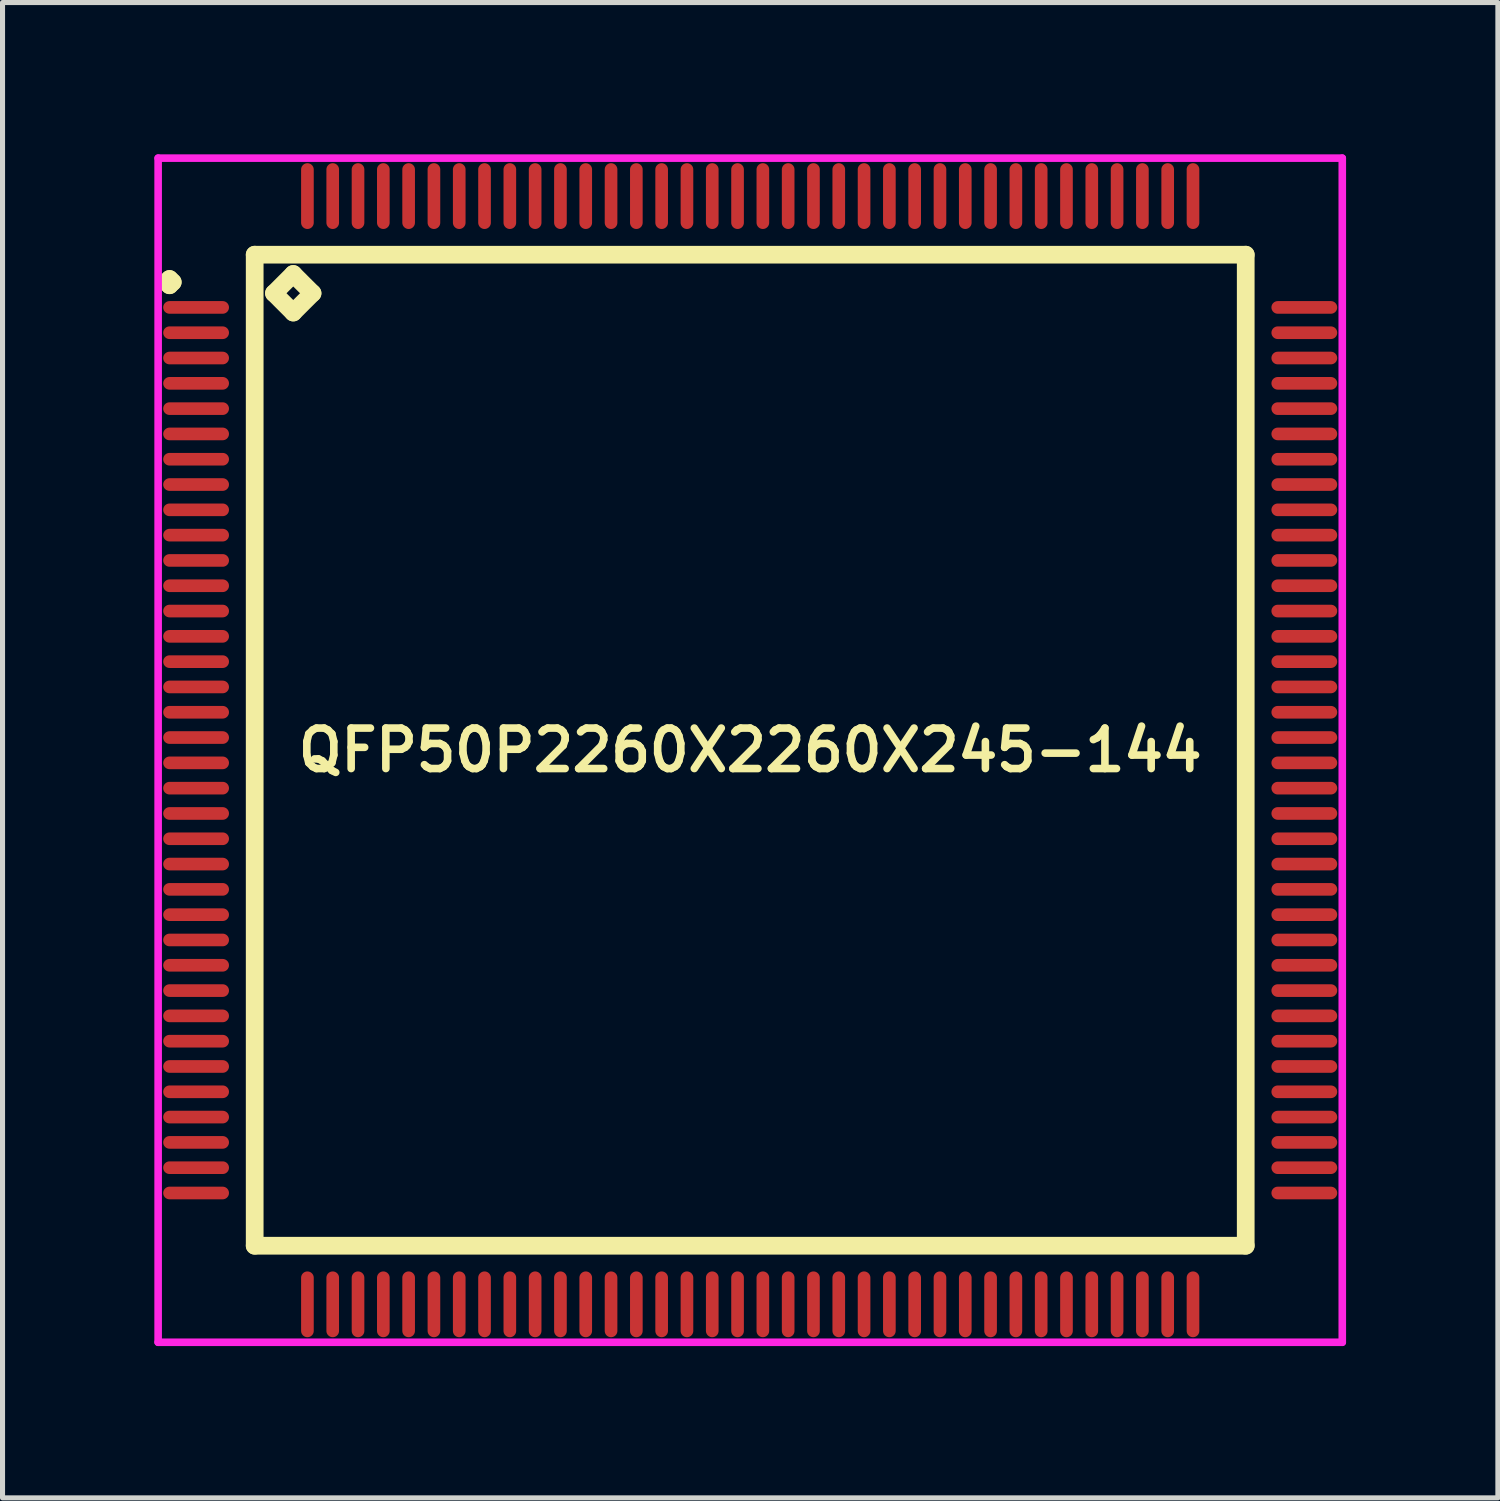
<source format=kicad_pcb>
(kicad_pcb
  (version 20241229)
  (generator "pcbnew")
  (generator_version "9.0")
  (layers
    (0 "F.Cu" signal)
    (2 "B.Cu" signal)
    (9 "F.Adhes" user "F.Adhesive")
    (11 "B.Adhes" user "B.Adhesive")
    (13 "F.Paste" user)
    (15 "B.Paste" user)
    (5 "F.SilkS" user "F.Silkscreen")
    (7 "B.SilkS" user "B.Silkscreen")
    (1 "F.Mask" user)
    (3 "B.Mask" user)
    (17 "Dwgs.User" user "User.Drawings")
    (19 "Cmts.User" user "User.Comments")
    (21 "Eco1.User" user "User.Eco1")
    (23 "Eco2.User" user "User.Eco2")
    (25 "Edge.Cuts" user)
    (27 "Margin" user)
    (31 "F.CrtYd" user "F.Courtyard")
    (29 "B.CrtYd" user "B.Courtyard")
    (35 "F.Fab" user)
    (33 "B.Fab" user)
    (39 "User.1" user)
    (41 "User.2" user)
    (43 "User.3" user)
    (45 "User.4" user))
  (footprint "QFP50P2260X2260X245-144"
    (layer "F.Cu")
    (at 11.775 11.775)
    (property "Reference" "QFP50P2260X2260X245-144" (at 0 0 0) (layer "F.SilkS") (effects (font (size 0.8 0.8) (thickness 0.15))))
    (attr through_hole)
    (fp_line (start -11.537 -9.25) (end -11.475 -9.312) (stroke (width 0.35) (type solid)) (layer "F.SilkS"))
    (fp_line (start -11.475 -9.312) (end -11.412 -9.25) (stroke (width 0.35) (type solid)) (layer "F.SilkS"))
    (fp_line (start -11.475 -9.188) (end -11.537 -9.25) (stroke (width 0.35) (type solid)) (layer "F.SilkS"))
    (fp_line (start -11.412 -9.25) (end -11.475 -9.188) (stroke (width 0.35) (type solid)) (layer "F.SilkS"))
    (fp_line (start -9.792 -9.792) (end -9.792 9.792) (stroke (width 0.35) (type solid)) (layer "F.SilkS"))
    (fp_line (start -9.792 9.792) (end 9.792 9.792) (stroke (width 0.35) (type solid)) (layer "F.SilkS"))
    (fp_line (start -9.411 -9.03) (end -9.03 -9.411) (stroke (width 0.35) (type solid)) (layer "F.SilkS"))
    (fp_line (start -9.03 -9.411) (end -8.649 -9.03) (stroke (width 0.35) (type solid)) (layer "F.SilkS"))
    (fp_line (start -9.03 -8.649) (end -9.411 -9.03) (stroke (width 0.35) (type solid)) (layer "F.SilkS"))
    (fp_line (start -8.649 -9.03) (end -9.03 -8.649) (stroke (width 0.35) (type solid)) (layer "F.SilkS"))
    (fp_line (start 9.792 -9.792) (end -9.792 -9.792) (stroke (width 0.35) (type solid)) (layer "F.SilkS"))
    (fp_line (start 9.792 9.792) (end 9.792 -9.792) (stroke (width 0.35) (type solid)) (layer "F.SilkS"))
    (fp_line (start -11.7 -11.7) (end 11.7 -11.7) (stroke (width 0.15) (type solid)) (layer "F.CrtYd"))
    (fp_line (start -11.7 11.7) (end -11.7 -11.7) (stroke (width 0.15) (type solid)) (layer "F.CrtYd"))
    (fp_line (start 11.7 -11.7) (end 11.7 11.7) (stroke (width 0.15) (type solid)) (layer "F.CrtYd"))
    (fp_line (start 11.7 11.7) (end -11.7 11.7) (stroke (width 0.15) (type solid)) (layer "F.CrtYd"))
    (pad "1" smd oval (at -10.95 -8.75) (size 1.3 0.25) (layers "F.Cu" "F.Mask" "F.Paste"))
    (pad "2" smd oval (at -10.95 -8.25) (size 1.3 0.25) (layers "F.Cu" "F.Mask" "F.Paste"))
    (pad "3" smd oval (at -10.95 -7.75) (size 1.3 0.25) (layers "F.Cu" "F.Mask" "F.Paste"))
    (pad "4" smd oval (at -10.95 -7.25) (size 1.3 0.25) (layers "F.Cu" "F.Mask" "F.Paste"))
    (pad "5" smd oval (at -10.95 -6.75) (size 1.3 0.25) (layers "F.Cu" "F.Mask" "F.Paste"))
    (pad "6" smd oval (at -10.95 -6.25) (size 1.3 0.25) (layers "F.Cu" "F.Mask" "F.Paste"))
    (pad "7" smd oval (at -10.95 -5.75) (size 1.3 0.25) (layers "F.Cu" "F.Mask" "F.Paste"))
    (pad "8" smd oval (at -10.95 -5.25) (size 1.3 0.25) (layers "F.Cu" "F.Mask" "F.Paste"))
    (pad "9" smd oval (at -10.95 -4.75) (size 1.3 0.25) (layers "F.Cu" "F.Mask" "F.Paste"))
    (pad "10" smd oval (at -10.95 -4.25) (size 1.3 0.25) (layers "F.Cu" "F.Mask" "F.Paste"))
    (pad "11" smd oval (at -10.95 -3.75) (size 1.3 0.25) (layers "F.Cu" "F.Mask" "F.Paste"))
    (pad "12" smd oval (at -10.95 -3.25) (size 1.3 0.25) (layers "F.Cu" "F.Mask" "F.Paste"))
    (pad "13" smd oval (at -10.95 -2.75) (size 1.3 0.25) (layers "F.Cu" "F.Mask" "F.Paste"))
    (pad "14" smd oval (at -10.95 -2.25) (size 1.3 0.25) (layers "F.Cu" "F.Mask" "F.Paste"))
    (pad "15" smd oval (at -10.95 -1.75) (size 1.3 0.25) (layers "F.Cu" "F.Mask" "F.Paste"))
    (pad "16" smd oval (at -10.95 -1.25) (size 1.3 0.25) (layers "F.Cu" "F.Mask" "F.Paste"))
    (pad "17" smd oval (at -10.95 -0.75) (size 1.3 0.25) (layers "F.Cu" "F.Mask" "F.Paste"))
    (pad "18" smd oval (at -10.95 -0.25) (size 1.3 0.25) (layers "F.Cu" "F.Mask" "F.Paste"))
    (pad "19" smd oval (at -10.95 0.25) (size 1.3 0.25) (layers "F.Cu" "F.Mask" "F.Paste"))
    (pad "20" smd oval (at -10.95 0.75) (size 1.3 0.25) (layers "F.Cu" "F.Mask" "F.Paste"))
    (pad "21" smd oval (at -10.95 1.25) (size 1.3 0.25) (layers "F.Cu" "F.Mask" "F.Paste"))
    (pad "22" smd oval (at -10.95 1.75) (size 1.3 0.25) (layers "F.Cu" "F.Mask" "F.Paste"))
    (pad "23" smd oval (at -10.95 2.25) (size 1.3 0.25) (layers "F.Cu" "F.Mask" "F.Paste"))
    (pad "24" smd oval (at -10.95 2.75) (size 1.3 0.25) (layers "F.Cu" "F.Mask" "F.Paste"))
    (pad "25" smd oval (at -10.95 3.25) (size 1.3 0.25) (layers "F.Cu" "F.Mask" "F.Paste"))
    (pad "26" smd oval (at -10.95 3.75) (size 1.3 0.25) (layers "F.Cu" "F.Mask" "F.Paste"))
    (pad "27" smd oval (at -10.95 4.25) (size 1.3 0.25) (layers "F.Cu" "F.Mask" "F.Paste"))
    (pad "28" smd oval (at -10.95 4.75) (size 1.3 0.25) (layers "F.Cu" "F.Mask" "F.Paste"))
    (pad "29" smd oval (at -10.95 5.25) (size 1.3 0.25) (layers "F.Cu" "F.Mask" "F.Paste"))
    (pad "30" smd oval (at -10.95 5.75) (size 1.3 0.25) (layers "F.Cu" "F.Mask" "F.Paste"))
    (pad "31" smd oval (at -10.95 6.25) (size 1.3 0.25) (layers "F.Cu" "F.Mask" "F.Paste"))
    (pad "32" smd oval (at -10.95 6.75) (size 1.3 0.25) (layers "F.Cu" "F.Mask" "F.Paste"))
    (pad "33" smd oval (at -10.95 7.25) (size 1.3 0.25) (layers "F.Cu" "F.Mask" "F.Paste"))
    (pad "34" smd oval (at -10.95 7.75) (size 1.3 0.25) (layers "F.Cu" "F.Mask" "F.Paste"))
    (pad "35" smd oval (at -10.95 8.25) (size 1.3 0.25) (layers "F.Cu" "F.Mask" "F.Paste"))
    (pad "36" smd oval (at -10.95 8.75) (size 1.3 0.25) (layers "F.Cu" "F.Mask" "F.Paste"))
    (pad "37" smd oval (at -8.75 10.95) (size 0.25 1.3) (layers "F.Cu" "F.Mask" "F.Paste"))
    (pad "38" smd oval (at -8.25 10.95) (size 0.25 1.3) (layers "F.Cu" "F.Mask" "F.Paste"))
    (pad "39" smd oval (at -7.75 10.95) (size 0.25 1.3) (layers "F.Cu" "F.Mask" "F.Paste"))
    (pad "40" smd oval (at -7.25 10.95) (size 0.25 1.3) (layers "F.Cu" "F.Mask" "F.Paste"))
    (pad "41" smd oval (at -6.75 10.95) (size 0.25 1.3) (layers "F.Cu" "F.Mask" "F.Paste"))
    (pad "42" smd oval (at -6.25 10.95) (size 0.25 1.3) (layers "F.Cu" "F.Mask" "F.Paste"))
    (pad "43" smd oval (at -5.75 10.95) (size 0.25 1.3) (layers "F.Cu" "F.Mask" "F.Paste"))
    (pad "44" smd oval (at -5.25 10.95) (size 0.25 1.3) (layers "F.Cu" "F.Mask" "F.Paste"))
    (pad "45" smd oval (at -4.75 10.95) (size 0.25 1.3) (layers "F.Cu" "F.Mask" "F.Paste"))
    (pad "46" smd oval (at -4.25 10.95) (size 0.25 1.3) (layers "F.Cu" "F.Mask" "F.Paste"))
    (pad "47" smd oval (at -3.75 10.95) (size 0.25 1.3) (layers "F.Cu" "F.Mask" "F.Paste"))
    (pad "48" smd oval (at -3.25 10.95) (size 0.25 1.3) (layers "F.Cu" "F.Mask" "F.Paste"))
    (pad "49" smd oval (at -2.75 10.95) (size 0.25 1.3) (layers "F.Cu" "F.Mask" "F.Paste"))
    (pad "50" smd oval (at -2.25 10.95) (size 0.25 1.3) (layers "F.Cu" "F.Mask" "F.Paste"))
    (pad "51" smd oval (at -1.75 10.95) (size 0.25 1.3) (layers "F.Cu" "F.Mask" "F.Paste"))
    (pad "52" smd oval (at -1.25 10.95) (size 0.25 1.3) (layers "F.Cu" "F.Mask" "F.Paste"))
    (pad "53" smd oval (at -0.75 10.95) (size 0.25 1.3) (layers "F.Cu" "F.Mask" "F.Paste"))
    (pad "54" smd oval (at -0.25 10.95) (size 0.25 1.3) (layers "F.Cu" "F.Mask" "F.Paste"))
    (pad "55" smd oval (at 0.25 10.95) (size 0.25 1.3) (layers "F.Cu" "F.Mask" "F.Paste"))
    (pad "56" smd oval (at 0.75 10.95) (size 0.25 1.3) (layers "F.Cu" "F.Mask" "F.Paste"))
    (pad "57" smd oval (at 1.25 10.95) (size 0.25 1.3) (layers "F.Cu" "F.Mask" "F.Paste"))
    (pad "58" smd oval (at 1.75 10.95) (size 0.25 1.3) (layers "F.Cu" "F.Mask" "F.Paste"))
    (pad "59" smd oval (at 2.25 10.95) (size 0.25 1.3) (layers "F.Cu" "F.Mask" "F.Paste"))
    (pad "60" smd oval (at 2.75 10.95) (size 0.25 1.3) (layers "F.Cu" "F.Mask" "F.Paste"))
    (pad "61" smd oval (at 3.25 10.95) (size 0.25 1.3) (layers "F.Cu" "F.Mask" "F.Paste"))
    (pad "62" smd oval (at 3.75 10.95) (size 0.25 1.3) (layers "F.Cu" "F.Mask" "F.Paste"))
    (pad "63" smd oval (at 4.25 10.95) (size 0.25 1.3) (layers "F.Cu" "F.Mask" "F.Paste"))
    (pad "64" smd oval (at 4.75 10.95) (size 0.25 1.3) (layers "F.Cu" "F.Mask" "F.Paste"))
    (pad "65" smd oval (at 5.25 10.95) (size 0.25 1.3) (layers "F.Cu" "F.Mask" "F.Paste"))
    (pad "66" smd oval (at 5.75 10.95) (size 0.25 1.3) (layers "F.Cu" "F.Mask" "F.Paste"))
    (pad "67" smd oval (at 6.25 10.95) (size 0.25 1.3) (layers "F.Cu" "F.Mask" "F.Paste"))
    (pad "68" smd oval (at 6.75 10.95) (size 0.25 1.3) (layers "F.Cu" "F.Mask" "F.Paste"))
    (pad "69" smd oval (at 7.25 10.95) (size 0.25 1.3) (layers "F.Cu" "F.Mask" "F.Paste"))
    (pad "70" smd oval (at 7.75 10.95) (size 0.25 1.3) (layers "F.Cu" "F.Mask" "F.Paste"))
    (pad "71" smd oval (at 8.25 10.95) (size 0.25 1.3) (layers "F.Cu" "F.Mask" "F.Paste"))
    (pad "72" smd oval (at 8.75 10.95) (size 0.25 1.3) (layers "F.Cu" "F.Mask" "F.Paste"))
    (pad "73" smd oval (at 10.95 8.75) (size 1.3 0.25) (layers "F.Cu" "F.Mask" "F.Paste"))
    (pad "74" smd oval (at 10.95 8.25) (size 1.3 0.25) (layers "F.Cu" "F.Mask" "F.Paste"))
    (pad "75" smd oval (at 10.95 7.75) (size 1.3 0.25) (layers "F.Cu" "F.Mask" "F.Paste"))
    (pad "76" smd oval (at 10.95 7.25) (size 1.3 0.25) (layers "F.Cu" "F.Mask" "F.Paste"))
    (pad "77" smd oval (at 10.95 6.75) (size 1.3 0.25) (layers "F.Cu" "F.Mask" "F.Paste"))
    (pad "78" smd oval (at 10.95 6.25) (size 1.3 0.25) (layers "F.Cu" "F.Mask" "F.Paste"))
    (pad "79" smd oval (at 10.95 5.75) (size 1.3 0.25) (layers "F.Cu" "F.Mask" "F.Paste"))
    (pad "80" smd oval (at 10.95 5.25) (size 1.3 0.25) (layers "F.Cu" "F.Mask" "F.Paste"))
    (pad "81" smd oval (at 10.95 4.75) (size 1.3 0.25) (layers "F.Cu" "F.Mask" "F.Paste"))
    (pad "82" smd oval (at 10.95 4.25) (size 1.3 0.25) (layers "F.Cu" "F.Mask" "F.Paste"))
    (pad "83" smd oval (at 10.95 3.75) (size 1.3 0.25) (layers "F.Cu" "F.Mask" "F.Paste"))
    (pad "84" smd oval (at 10.95 3.25) (size 1.3 0.25) (layers "F.Cu" "F.Mask" "F.Paste"))
    (pad "85" smd oval (at 10.95 2.75) (size 1.3 0.25) (layers "F.Cu" "F.Mask" "F.Paste"))
    (pad "86" smd oval (at 10.95 2.25) (size 1.3 0.25) (layers "F.Cu" "F.Mask" "F.Paste"))
    (pad "87" smd oval (at 10.95 1.75) (size 1.3 0.25) (layers "F.Cu" "F.Mask" "F.Paste"))
    (pad "88" smd oval (at 10.95 1.25) (size 1.3 0.25) (layers "F.Cu" "F.Mask" "F.Paste"))
    (pad "89" smd oval (at 10.95 0.75) (size 1.3 0.25) (layers "F.Cu" "F.Mask" "F.Paste"))
    (pad "90" smd oval (at 10.95 0.25) (size 1.3 0.25) (layers "F.Cu" "F.Mask" "F.Paste"))
    (pad "91" smd oval (at 10.95 -0.25) (size 1.3 0.25) (layers "F.Cu" "F.Mask" "F.Paste"))
    (pad "92" smd oval (at 10.95 -0.75) (size 1.3 0.25) (layers "F.Cu" "F.Mask" "F.Paste"))
    (pad "93" smd oval (at 10.95 -1.25) (size 1.3 0.25) (layers "F.Cu" "F.Mask" "F.Paste"))
    (pad "94" smd oval (at 10.95 -1.75) (size 1.3 0.25) (layers "F.Cu" "F.Mask" "F.Paste"))
    (pad "95" smd oval (at 10.95 -2.25) (size 1.3 0.25) (layers "F.Cu" "F.Mask" "F.Paste"))
    (pad "96" smd oval (at 10.95 -2.75) (size 1.3 0.25) (layers "F.Cu" "F.Mask" "F.Paste"))
    (pad "97" smd oval (at 10.95 -3.25) (size 1.3 0.25) (layers "F.Cu" "F.Mask" "F.Paste"))
    (pad "98" smd oval (at 10.95 -3.75) (size 1.3 0.25) (layers "F.Cu" "F.Mask" "F.Paste"))
    (pad "99" smd oval (at 10.95 -4.25) (size 1.3 0.25) (layers "F.Cu" "F.Mask" "F.Paste"))
    (pad "100" smd oval (at 10.95 -4.75) (size 1.3 0.25) (layers "F.Cu" "F.Mask" "F.Paste"))
    (pad "101" smd oval (at 10.95 -5.25) (size 1.3 0.25) (layers "F.Cu" "F.Mask" "F.Paste"))
    (pad "102" smd oval (at 10.95 -5.75) (size 1.3 0.25) (layers "F.Cu" "F.Mask" "F.Paste"))
    (pad "103" smd oval (at 10.95 -6.25) (size 1.3 0.25) (layers "F.Cu" "F.Mask" "F.Paste"))
    (pad "104" smd oval (at 10.95 -6.75) (size 1.3 0.25) (layers "F.Cu" "F.Mask" "F.Paste"))
    (pad "105" smd oval (at 10.95 -7.25) (size 1.3 0.25) (layers "F.Cu" "F.Mask" "F.Paste"))
    (pad "106" smd oval (at 10.95 -7.75) (size 1.3 0.25) (layers "F.Cu" "F.Mask" "F.Paste"))
    (pad "107" smd oval (at 10.95 -8.25) (size 1.3 0.25) (layers "F.Cu" "F.Mask" "F.Paste"))
    (pad "108" smd oval (at 10.95 -8.75) (size 1.3 0.25) (layers "F.Cu" "F.Mask" "F.Paste"))
    (pad "109" smd oval (at 8.75 -10.95) (size 0.25 1.3) (layers "F.Cu" "F.Mask" "F.Paste"))
    (pad "110" smd oval (at 8.25 -10.95) (size 0.25 1.3) (layers "F.Cu" "F.Mask" "F.Paste"))
    (pad "111" smd oval (at 7.75 -10.95) (size 0.25 1.3) (layers "F.Cu" "F.Mask" "F.Paste"))
    (pad "112" smd oval (at 7.25 -10.95) (size 0.25 1.3) (layers "F.Cu" "F.Mask" "F.Paste"))
    (pad "113" smd oval (at 6.75 -10.95) (size 0.25 1.3) (layers "F.Cu" "F.Mask" "F.Paste"))
    (pad "114" smd oval (at 6.25 -10.95) (size 0.25 1.3) (layers "F.Cu" "F.Mask" "F.Paste"))
    (pad "115" smd oval (at 5.75 -10.95) (size 0.25 1.3) (layers "F.Cu" "F.Mask" "F.Paste"))
    (pad "116" smd oval (at 5.25 -10.95) (size 0.25 1.3) (layers "F.Cu" "F.Mask" "F.Paste"))
    (pad "117" smd oval (at 4.75 -10.95) (size 0.25 1.3) (layers "F.Cu" "F.Mask" "F.Paste"))
    (pad "118" smd oval (at 4.25 -10.95) (size 0.25 1.3) (layers "F.Cu" "F.Mask" "F.Paste"))
    (pad "119" smd oval (at 3.75 -10.95) (size 0.25 1.3) (layers "F.Cu" "F.Mask" "F.Paste"))
    (pad "120" smd oval (at 3.25 -10.95) (size 0.25 1.3) (layers "F.Cu" "F.Mask" "F.Paste"))
    (pad "121" smd oval (at 2.75 -10.95) (size 0.25 1.3) (layers "F.Cu" "F.Mask" "F.Paste"))
    (pad "122" smd oval (at 2.25 -10.95) (size 0.25 1.3) (layers "F.Cu" "F.Mask" "F.Paste"))
    (pad "123" smd oval (at 1.75 -10.95) (size 0.25 1.3) (layers "F.Cu" "F.Mask" "F.Paste"))
    (pad "124" smd oval (at 1.25 -10.95) (size 0.25 1.3) (layers "F.Cu" "F.Mask" "F.Paste"))
    (pad "125" smd oval (at 0.75 -10.95) (size 0.25 1.3) (layers "F.Cu" "F.Mask" "F.Paste"))
    (pad "126" smd oval (at 0.25 -10.95) (size 0.25 1.3) (layers "F.Cu" "F.Mask" "F.Paste"))
    (pad "127" smd oval (at -0.25 -10.95) (size 0.25 1.3) (layers "F.Cu" "F.Mask" "F.Paste"))
    (pad "128" smd oval (at -0.75 -10.95) (size 0.25 1.3) (layers "F.Cu" "F.Mask" "F.Paste"))
    (pad "129" smd oval (at -1.25 -10.95) (size 0.25 1.3) (layers "F.Cu" "F.Mask" "F.Paste"))
    (pad "130" smd oval (at -1.75 -10.95) (size 0.25 1.3) (layers "F.Cu" "F.Mask" "F.Paste"))
    (pad "131" smd oval (at -2.25 -10.95) (size 0.25 1.3) (layers "F.Cu" "F.Mask" "F.Paste"))
    (pad "132" smd oval (at -2.75 -10.95) (size 0.25 1.3) (layers "F.Cu" "F.Mask" "F.Paste"))
    (pad "133" smd oval (at -3.25 -10.95) (size 0.25 1.3) (layers "F.Cu" "F.Mask" "F.Paste"))
    (pad "134" smd oval (at -3.75 -10.95) (size 0.25 1.3) (layers "F.Cu" "F.Mask" "F.Paste"))
    (pad "135" smd oval (at -4.25 -10.95) (size 0.25 1.3) (layers "F.Cu" "F.Mask" "F.Paste"))
    (pad "136" smd oval (at -4.75 -10.95) (size 0.25 1.3) (layers "F.Cu" "F.Mask" "F.Paste"))
    (pad "137" smd oval (at -5.25 -10.95) (size 0.25 1.3) (layers "F.Cu" "F.Mask" "F.Paste"))
    (pad "138" smd oval (at -5.75 -10.95) (size 0.25 1.3) (layers "F.Cu" "F.Mask" "F.Paste"))
    (pad "139" smd oval (at -6.25 -10.95) (size 0.25 1.3) (layers "F.Cu" "F.Mask" "F.Paste"))
    (pad "140" smd oval (at -6.75 -10.95) (size 0.25 1.3) (layers "F.Cu" "F.Mask" "F.Paste"))
    (pad "141" smd oval (at -7.25 -10.95) (size 0.25 1.3) (layers "F.Cu" "F.Mask" "F.Paste"))
    (pad "142" smd oval (at -7.75 -10.95) (size 0.25 1.3) (layers "F.Cu" "F.Mask" "F.Paste"))
    (pad "143" smd oval (at -8.25 -10.95) (size 0.25 1.3) (layers "F.Cu" "F.Mask" "F.Paste"))
    (pad "144" smd oval (at -8.75 -10.95) (size 0.25 1.3) (layers "F.Cu" "F.Mask" "F.Paste")))
  (gr_rect
    (start -3 -3)
    (end 26.55 26.55)
    (stroke (width 0.1) (type default))
    (fill no)
    (layer "Edge.Cuts")))
</source>
